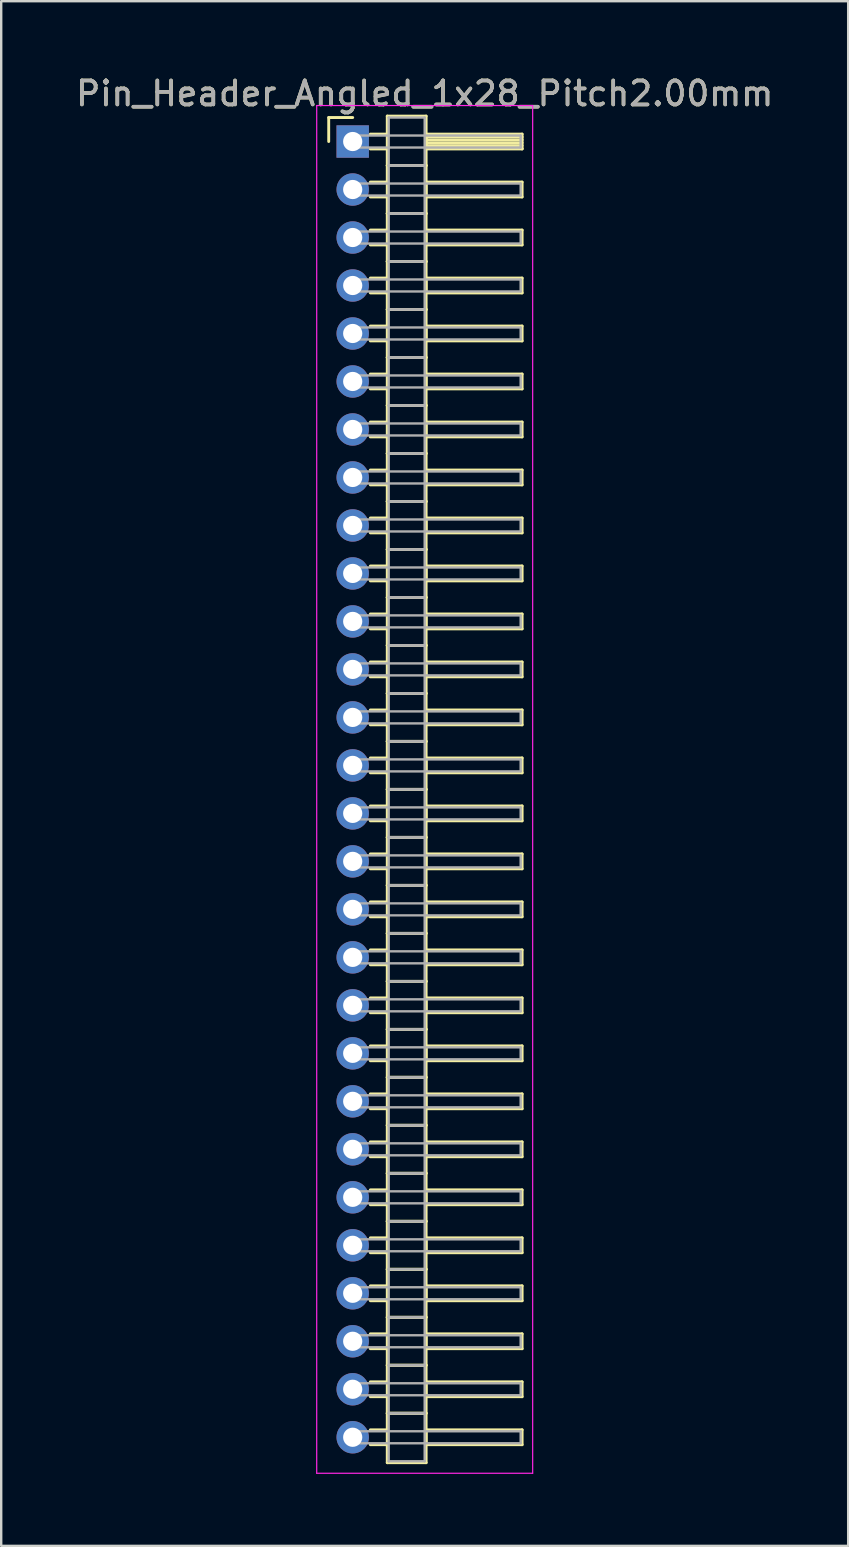
<source format=kicad_pcb>
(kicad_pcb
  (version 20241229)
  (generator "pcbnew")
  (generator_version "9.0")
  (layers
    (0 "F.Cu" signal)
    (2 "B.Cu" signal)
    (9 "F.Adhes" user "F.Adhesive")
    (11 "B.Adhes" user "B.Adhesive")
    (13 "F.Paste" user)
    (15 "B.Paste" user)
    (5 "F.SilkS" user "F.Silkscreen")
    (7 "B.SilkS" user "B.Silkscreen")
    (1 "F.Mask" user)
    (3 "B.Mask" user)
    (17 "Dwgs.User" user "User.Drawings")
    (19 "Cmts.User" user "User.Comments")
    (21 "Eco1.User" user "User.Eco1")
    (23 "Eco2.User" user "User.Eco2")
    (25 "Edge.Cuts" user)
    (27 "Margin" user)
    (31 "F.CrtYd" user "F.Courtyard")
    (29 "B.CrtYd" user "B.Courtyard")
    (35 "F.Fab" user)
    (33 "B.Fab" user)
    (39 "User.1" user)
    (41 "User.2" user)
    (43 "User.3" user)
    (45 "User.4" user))
  (footprint "Pin_Header_Angled_1x28_Pitch2.00mm"
    (layer "F.Cu")
    (at 11.649 2.848)
    (property "Reference" "Pin_Header_Angled_1x28_Pitch2.00mm" (at 3 -2 0) (layer "F.SilkS") (effects (font (size 1 1) (thickness 0.15))))
    (attr through_hole)
    (fp_line (start -1 -1) (end 0 -1) (stroke (width 0.12) (type solid)) (layer "F.SilkS"))
    (fp_line (start -1 0) (end -1 -1) (stroke (width 0.12) (type solid)) (layer "F.SilkS"))
    (fp_line (start 0.735 -0.31) (end 1.44 -0.31) (stroke (width 0.12) (type solid)) (layer "F.SilkS"))
    (fp_line (start 0.735 0.31) (end 1.44 0.31) (stroke (width 0.12) (type solid)) (layer "F.SilkS"))
    (fp_line (start 0.735 1.69) (end 1.44 1.69) (stroke (width 0.12) (type solid)) (layer "F.SilkS"))
    (fp_line (start 0.735 2.31) (end 1.44 2.31) (stroke (width 0.12) (type solid)) (layer "F.SilkS"))
    (fp_line (start 0.735 3.69) (end 1.44 3.69) (stroke (width 0.12) (type solid)) (layer "F.SilkS"))
    (fp_line (start 0.735 4.31) (end 1.44 4.31) (stroke (width 0.12) (type solid)) (layer "F.SilkS"))
    (fp_line (start 0.735 5.69) (end 1.44 5.69) (stroke (width 0.12) (type solid)) (layer "F.SilkS"))
    (fp_line (start 0.735 6.31) (end 1.44 6.31) (stroke (width 0.12) (type solid)) (layer "F.SilkS"))
    (fp_line (start 0.735 7.69) (end 1.44 7.69) (stroke (width 0.12) (type solid)) (layer "F.SilkS"))
    (fp_line (start 0.735 8.31) (end 1.44 8.31) (stroke (width 0.12) (type solid)) (layer "F.SilkS"))
    (fp_line (start 0.735 9.69) (end 1.44 9.69) (stroke (width 0.12) (type solid)) (layer "F.SilkS"))
    (fp_line (start 0.735 10.31) (end 1.44 10.31) (stroke (width 0.12) (type solid)) (layer "F.SilkS"))
    (fp_line (start 0.735 11.69) (end 1.44 11.69) (stroke (width 0.12) (type solid)) (layer "F.SilkS"))
    (fp_line (start 0.735 12.31) (end 1.44 12.31) (stroke (width 0.12) (type solid)) (layer "F.SilkS"))
    (fp_line (start 0.735 13.69) (end 1.44 13.69) (stroke (width 0.12) (type solid)) (layer "F.SilkS"))
    (fp_line (start 0.735 14.31) (end 1.44 14.31) (stroke (width 0.12) (type solid)) (layer "F.SilkS"))
    (fp_line (start 0.735 15.69) (end 1.44 15.69) (stroke (width 0.12) (type solid)) (layer "F.SilkS"))
    (fp_line (start 0.735 16.31) (end 1.44 16.31) (stroke (width 0.12) (type solid)) (layer "F.SilkS"))
    (fp_line (start 0.735 17.69) (end 1.44 17.69) (stroke (width 0.12) (type solid)) (layer "F.SilkS"))
    (fp_line (start 0.735 18.31) (end 1.44 18.31) (stroke (width 0.12) (type solid)) (layer "F.SilkS"))
    (fp_line (start 0.735 19.69) (end 1.44 19.69) (stroke (width 0.12) (type solid)) (layer "F.SilkS"))
    (fp_line (start 0.735 20.31) (end 1.44 20.31) (stroke (width 0.12) (type solid)) (layer "F.SilkS"))
    (fp_line (start 0.735 21.69) (end 1.44 21.69) (stroke (width 0.12) (type solid)) (layer "F.SilkS"))
    (fp_line (start 0.735 22.31) (end 1.44 22.31) (stroke (width 0.12) (type solid)) (layer "F.SilkS"))
    (fp_line (start 0.735 23.69) (end 1.44 23.69) (stroke (width 0.12) (type solid)) (layer "F.SilkS"))
    (fp_line (start 0.735 24.31) (end 1.44 24.31) (stroke (width 0.12) (type solid)) (layer "F.SilkS"))
    (fp_line (start 0.735 25.69) (end 1.44 25.69) (stroke (width 0.12) (type solid)) (layer "F.SilkS"))
    (fp_line (start 0.735 26.31) (end 1.44 26.31) (stroke (width 0.12) (type solid)) (layer "F.SilkS"))
    (fp_line (start 0.735 27.69) (end 1.44 27.69) (stroke (width 0.12) (type solid)) (layer "F.SilkS"))
    (fp_line (start 0.735 28.31) (end 1.44 28.31) (stroke (width 0.12) (type solid)) (layer "F.SilkS"))
    (fp_line (start 0.735 29.69) (end 1.44 29.69) (stroke (width 0.12) (type solid)) (layer "F.SilkS"))
    (fp_line (start 0.735 30.31) (end 1.44 30.31) (stroke (width 0.12) (type solid)) (layer "F.SilkS"))
    (fp_line (start 0.735 31.69) (end 1.44 31.69) (stroke (width 0.12) (type solid)) (layer "F.SilkS"))
    (fp_line (start 0.735 32.31) (end 1.44 32.31) (stroke (width 0.12) (type solid)) (layer "F.SilkS"))
    (fp_line (start 0.735 33.69) (end 1.44 33.69) (stroke (width 0.12) (type solid)) (layer "F.SilkS"))
    (fp_line (start 0.735 34.31) (end 1.44 34.31) (stroke (width 0.12) (type solid)) (layer "F.SilkS"))
    (fp_line (start 0.735 35.69) (end 1.44 35.69) (stroke (width 0.12) (type solid)) (layer "F.SilkS"))
    (fp_line (start 0.735 36.31) (end 1.44 36.31) (stroke (width 0.12) (type solid)) (layer "F.SilkS"))
    (fp_line (start 0.735 37.69) (end 1.44 37.69) (stroke (width 0.12) (type solid)) (layer "F.SilkS"))
    (fp_line (start 0.735 38.31) (end 1.44 38.31) (stroke (width 0.12) (type solid)) (layer "F.SilkS"))
    (fp_line (start 0.735 39.69) (end 1.44 39.69) (stroke (width 0.12) (type solid)) (layer "F.SilkS"))
    (fp_line (start 0.735 40.31) (end 1.44 40.31) (stroke (width 0.12) (type solid)) (layer "F.SilkS"))
    (fp_line (start 0.735 41.69) (end 1.44 41.69) (stroke (width 0.12) (type solid)) (layer "F.SilkS"))
    (fp_line (start 0.735 42.31) (end 1.44 42.31) (stroke (width 0.12) (type solid)) (layer "F.SilkS"))
    (fp_line (start 0.735 43.69) (end 1.44 43.69) (stroke (width 0.12) (type solid)) (layer "F.SilkS"))
    (fp_line (start 0.735 44.31) (end 1.44 44.31) (stroke (width 0.12) (type solid)) (layer "F.SilkS"))
    (fp_line (start 0.735 45.69) (end 1.44 45.69) (stroke (width 0.12) (type solid)) (layer "F.SilkS"))
    (fp_line (start 0.735 46.31) (end 1.44 46.31) (stroke (width 0.12) (type solid)) (layer "F.SilkS"))
    (fp_line (start 0.735 47.69) (end 1.44 47.69) (stroke (width 0.12) (type solid)) (layer "F.SilkS"))
    (fp_line (start 0.735 48.31) (end 1.44 48.31) (stroke (width 0.12) (type solid)) (layer "F.SilkS"))
    (fp_line (start 0.735 49.69) (end 1.44 49.69) (stroke (width 0.12) (type solid)) (layer "F.SilkS"))
    (fp_line (start 0.735 50.31) (end 1.44 50.31) (stroke (width 0.12) (type solid)) (layer "F.SilkS"))
    (fp_line (start 0.735 51.69) (end 1.44 51.69) (stroke (width 0.12) (type solid)) (layer "F.SilkS"))
    (fp_line (start 0.735 52.31) (end 1.44 52.31) (stroke (width 0.12) (type solid)) (layer "F.SilkS"))
    (fp_line (start 0.735 53.69) (end 1.44 53.69) (stroke (width 0.12) (type solid)) (layer "F.SilkS"))
    (fp_line (start 0.735 54.31) (end 1.44 54.31) (stroke (width 0.12) (type solid)) (layer "F.SilkS"))
    (fp_line (start 1.44 -1.06) (end 1.44 1) (stroke (width 0.12) (type solid)) (layer "F.SilkS"))
    (fp_line (start 1.44 1) (end 1.44 3) (stroke (width 0.12) (type solid)) (layer "F.SilkS"))
    (fp_line (start 1.44 1) (end 3.06 1) (stroke (width 0.12) (type solid)) (layer "F.SilkS"))
    (fp_line (start 1.44 3) (end 1.44 5) (stroke (width 0.12) (type solid)) (layer "F.SilkS"))
    (fp_line (start 1.44 3) (end 3.06 3) (stroke (width 0.12) (type solid)) (layer "F.SilkS"))
    (fp_line (start 1.44 5) (end 1.44 7) (stroke (width 0.12) (type solid)) (layer "F.SilkS"))
    (fp_line (start 1.44 5) (end 3.06 5) (stroke (width 0.12) (type solid)) (layer "F.SilkS"))
    (fp_line (start 1.44 7) (end 1.44 9) (stroke (width 0.12) (type solid)) (layer "F.SilkS"))
    (fp_line (start 1.44 7) (end 3.06 7) (stroke (width 0.12) (type solid)) (layer "F.SilkS"))
    (fp_line (start 1.44 9) (end 1.44 11) (stroke (width 0.12) (type solid)) (layer "F.SilkS"))
    (fp_line (start 1.44 9) (end 3.06 9) (stroke (width 0.12) (type solid)) (layer "F.SilkS"))
    (fp_line (start 1.44 11) (end 1.44 13) (stroke (width 0.12) (type solid)) (layer "F.SilkS"))
    (fp_line (start 1.44 11) (end 3.06 11) (stroke (width 0.12) (type solid)) (layer "F.SilkS"))
    (fp_line (start 1.44 13) (end 1.44 15) (stroke (width 0.12) (type solid)) (layer "F.SilkS"))
    (fp_line (start 1.44 13) (end 3.06 13) (stroke (width 0.12) (type solid)) (layer "F.SilkS"))
    (fp_line (start 1.44 15) (end 1.44 17) (stroke (width 0.12) (type solid)) (layer "F.SilkS"))
    (fp_line (start 1.44 15) (end 3.06 15) (stroke (width 0.12) (type solid)) (layer "F.SilkS"))
    (fp_line (start 1.44 17) (end 1.44 19) (stroke (width 0.12) (type solid)) (layer "F.SilkS"))
    (fp_line (start 1.44 17) (end 3.06 17) (stroke (width 0.12) (type solid)) (layer "F.SilkS"))
    (fp_line (start 1.44 19) (end 1.44 21) (stroke (width 0.12) (type solid)) (layer "F.SilkS"))
    (fp_line (start 1.44 19) (end 3.06 19) (stroke (width 0.12) (type solid)) (layer "F.SilkS"))
    (fp_line (start 1.44 21) (end 1.44 23) (stroke (width 0.12) (type solid)) (layer "F.SilkS"))
    (fp_line (start 1.44 21) (end 3.06 21) (stroke (width 0.12) (type solid)) (layer "F.SilkS"))
    (fp_line (start 1.44 23) (end 1.44 25) (stroke (width 0.12) (type solid)) (layer "F.SilkS"))
    (fp_line (start 1.44 23) (end 3.06 23) (stroke (width 0.12) (type solid)) (layer "F.SilkS"))
    (fp_line (start 1.44 25) (end 1.44 27) (stroke (width 0.12) (type solid)) (layer "F.SilkS"))
    (fp_line (start 1.44 25) (end 3.06 25) (stroke (width 0.12) (type solid)) (layer "F.SilkS"))
    (fp_line (start 1.44 27) (end 1.44 29) (stroke (width 0.12) (type solid)) (layer "F.SilkS"))
    (fp_line (start 1.44 27) (end 3.06 27) (stroke (width 0.12) (type solid)) (layer "F.SilkS"))
    (fp_line (start 1.44 29) (end 1.44 31) (stroke (width 0.12) (type solid)) (layer "F.SilkS"))
    (fp_line (start 1.44 29) (end 3.06 29) (stroke (width 0.12) (type solid)) (layer "F.SilkS"))
    (fp_line (start 1.44 31) (end 1.44 33) (stroke (width 0.12) (type solid)) (layer "F.SilkS"))
    (fp_line (start 1.44 31) (end 3.06 31) (stroke (width 0.12) (type solid)) (layer "F.SilkS"))
    (fp_line (start 1.44 33) (end 1.44 35) (stroke (width 0.12) (type solid)) (layer "F.SilkS"))
    (fp_line (start 1.44 33) (end 3.06 33) (stroke (width 0.12) (type solid)) (layer "F.SilkS"))
    (fp_line (start 1.44 35) (end 1.44 37) (stroke (width 0.12) (type solid)) (layer "F.SilkS"))
    (fp_line (start 1.44 35) (end 3.06 35) (stroke (width 0.12) (type solid)) (layer "F.SilkS"))
    (fp_line (start 1.44 37) (end 1.44 39) (stroke (width 0.12) (type solid)) (layer "F.SilkS"))
    (fp_line (start 1.44 37) (end 3.06 37) (stroke (width 0.12) (type solid)) (layer "F.SilkS"))
    (fp_line (start 1.44 39) (end 1.44 41) (stroke (width 0.12) (type solid)) (layer "F.SilkS"))
    (fp_line (start 1.44 39) (end 3.06 39) (stroke (width 0.12) (type solid)) (layer "F.SilkS"))
    (fp_line (start 1.44 41) (end 1.44 43) (stroke (width 0.12) (type solid)) (layer "F.SilkS"))
    (fp_line (start 1.44 41) (end 3.06 41) (stroke (width 0.12) (type solid)) (layer "F.SilkS"))
    (fp_line (start 1.44 43) (end 1.44 45) (stroke (width 0.12) (type solid)) (layer "F.SilkS"))
    (fp_line (start 1.44 43) (end 3.06 43) (stroke (width 0.12) (type solid)) (layer "F.SilkS"))
    (fp_line (start 1.44 45) (end 1.44 47) (stroke (width 0.12) (type solid)) (layer "F.SilkS"))
    (fp_line (start 1.44 45) (end 3.06 45) (stroke (width 0.12) (type solid)) (layer "F.SilkS"))
    (fp_line (start 1.44 47) (end 1.44 49) (stroke (width 0.12) (type solid)) (layer "F.SilkS"))
    (fp_line (start 1.44 47) (end 3.06 47) (stroke (width 0.12) (type solid)) (layer "F.SilkS"))
    (fp_line (start 1.44 49) (end 1.44 51) (stroke (width 0.12) (type solid)) (layer "F.SilkS"))
    (fp_line (start 1.44 49) (end 3.06 49) (stroke (width 0.12) (type solid)) (layer "F.SilkS"))
    (fp_line (start 1.44 51) (end 1.44 53) (stroke (width 0.12) (type solid)) (layer "F.SilkS"))
    (fp_line (start 1.44 51) (end 3.06 51) (stroke (width 0.12) (type solid)) (layer "F.SilkS"))
    (fp_line (start 1.44 53) (end 1.44 55.06) (stroke (width 0.12) (type solid)) (layer "F.SilkS"))
    (fp_line (start 1.44 53) (end 3.06 53) (stroke (width 0.12) (type solid)) (layer "F.SilkS"))
    (fp_line (start 1.44 55.06) (end 3.06 55.06) (stroke (width 0.12) (type solid)) (layer "F.SilkS"))
    (fp_line (start 3.06 -1.06) (end 1.44 -1.06) (stroke (width 0.12) (type solid)) (layer "F.SilkS"))
    (fp_line (start 3.06 -0.31) (end 3.06 0.31) (stroke (width 0.12) (type solid)) (layer "F.SilkS"))
    (fp_line (start 3.06 -0.19) (end 7.06 -0.19) (stroke (width 0.12) (type solid)) (layer "F.SilkS"))
    (fp_line (start 3.06 -0.07) (end 7.06 -0.07) (stroke (width 0.12) (type solid)) (layer "F.SilkS"))
    (fp_line (start 3.06 0.05) (end 7.06 0.05) (stroke (width 0.12) (type solid)) (layer "F.SilkS"))
    (fp_line (start 3.06 0.17) (end 7.06 0.17) (stroke (width 0.12) (type solid)) (layer "F.SilkS"))
    (fp_line (start 3.06 0.29) (end 7.06 0.29) (stroke (width 0.12) (type solid)) (layer "F.SilkS"))
    (fp_line (start 3.06 0.31) (end 7.06 0.31) (stroke (width 0.12) (type solid)) (layer "F.SilkS"))
    (fp_line (start 3.06 1) (end 1.44 1) (stroke (width 0.12) (type solid)) (layer "F.SilkS"))
    (fp_line (start 3.06 1) (end 3.06 -1.06) (stroke (width 0.12) (type solid)) (layer "F.SilkS"))
    (fp_line (start 3.06 1.69) (end 3.06 2.31) (stroke (width 0.12) (type solid)) (layer "F.SilkS"))
    (fp_line (start 3.06 2.31) (end 7.06 2.31) (stroke (width 0.12) (type solid)) (layer "F.SilkS"))
    (fp_line (start 3.06 3) (end 1.44 3) (stroke (width 0.12) (type solid)) (layer "F.SilkS"))
    (fp_line (start 3.06 3) (end 3.06 1) (stroke (width 0.12) (type solid)) (layer "F.SilkS"))
    (fp_line (start 3.06 3.69) (end 3.06 4.31) (stroke (width 0.12) (type solid)) (layer "F.SilkS"))
    (fp_line (start 3.06 4.31) (end 7.06 4.31) (stroke (width 0.12) (type solid)) (layer "F.SilkS"))
    (fp_line (start 3.06 5) (end 1.44 5) (stroke (width 0.12) (type solid)) (layer "F.SilkS"))
    (fp_line (start 3.06 5) (end 3.06 3) (stroke (width 0.12) (type solid)) (layer "F.SilkS"))
    (fp_line (start 3.06 5.69) (end 3.06 6.31) (stroke (width 0.12) (type solid)) (layer "F.SilkS"))
    (fp_line (start 3.06 6.31) (end 7.06 6.31) (stroke (width 0.12) (type solid)) (layer "F.SilkS"))
    (fp_line (start 3.06 7) (end 1.44 7) (stroke (width 0.12) (type solid)) (layer "F.SilkS"))
    (fp_line (start 3.06 7) (end 3.06 5) (stroke (width 0.12) (type solid)) (layer "F.SilkS"))
    (fp_line (start 3.06 7.69) (end 3.06 8.31) (stroke (width 0.12) (type solid)) (layer "F.SilkS"))
    (fp_line (start 3.06 8.31) (end 7.06 8.31) (stroke (width 0.12) (type solid)) (layer "F.SilkS"))
    (fp_line (start 3.06 9) (end 1.44 9) (stroke (width 0.12) (type solid)) (layer "F.SilkS"))
    (fp_line (start 3.06 9) (end 3.06 7) (stroke (width 0.12) (type solid)) (layer "F.SilkS"))
    (fp_line (start 3.06 9.69) (end 3.06 10.31) (stroke (width 0.12) (type solid)) (layer "F.SilkS"))
    (fp_line (start 3.06 10.31) (end 7.06 10.31) (stroke (width 0.12) (type solid)) (layer "F.SilkS"))
    (fp_line (start 3.06 11) (end 1.44 11) (stroke (width 0.12) (type solid)) (layer "F.SilkS"))
    (fp_line (start 3.06 11) (end 3.06 9) (stroke (width 0.12) (type solid)) (layer "F.SilkS"))
    (fp_line (start 3.06 11.69) (end 3.06 12.31) (stroke (width 0.12) (type solid)) (layer "F.SilkS"))
    (fp_line (start 3.06 12.31) (end 7.06 12.31) (stroke (width 0.12) (type solid)) (layer "F.SilkS"))
    (fp_line (start 3.06 13) (end 1.44 13) (stroke (width 0.12) (type solid)) (layer "F.SilkS"))
    (fp_line (start 3.06 13) (end 3.06 11) (stroke (width 0.12) (type solid)) (layer "F.SilkS"))
    (fp_line (start 3.06 13.69) (end 3.06 14.31) (stroke (width 0.12) (type solid)) (layer "F.SilkS"))
    (fp_line (start 3.06 14.31) (end 7.06 14.31) (stroke (width 0.12) (type solid)) (layer "F.SilkS"))
    (fp_line (start 3.06 15) (end 1.44 15) (stroke (width 0.12) (type solid)) (layer "F.SilkS"))
    (fp_line (start 3.06 15) (end 3.06 13) (stroke (width 0.12) (type solid)) (layer "F.SilkS"))
    (fp_line (start 3.06 15.69) (end 3.06 16.31) (stroke (width 0.12) (type solid)) (layer "F.SilkS"))
    (fp_line (start 3.06 16.31) (end 7.06 16.31) (stroke (width 0.12) (type solid)) (layer "F.SilkS"))
    (fp_line (start 3.06 17) (end 1.44 17) (stroke (width 0.12) (type solid)) (layer "F.SilkS"))
    (fp_line (start 3.06 17) (end 3.06 15) (stroke (width 0.12) (type solid)) (layer "F.SilkS"))
    (fp_line (start 3.06 17.69) (end 3.06 18.31) (stroke (width 0.12) (type solid)) (layer "F.SilkS"))
    (fp_line (start 3.06 18.31) (end 7.06 18.31) (stroke (width 0.12) (type solid)) (layer "F.SilkS"))
    (fp_line (start 3.06 19) (end 1.44 19) (stroke (width 0.12) (type solid)) (layer "F.SilkS"))
    (fp_line (start 3.06 19) (end 3.06 17) (stroke (width 0.12) (type solid)) (layer "F.SilkS"))
    (fp_line (start 3.06 19.69) (end 3.06 20.31) (stroke (width 0.12) (type solid)) (layer "F.SilkS"))
    (fp_line (start 3.06 20.31) (end 7.06 20.31) (stroke (width 0.12) (type solid)) (layer "F.SilkS"))
    (fp_line (start 3.06 21) (end 1.44 21) (stroke (width 0.12) (type solid)) (layer "F.SilkS"))
    (fp_line (start 3.06 21) (end 3.06 19) (stroke (width 0.12) (type solid)) (layer "F.SilkS"))
    (fp_line (start 3.06 21.69) (end 3.06 22.31) (stroke (width 0.12) (type solid)) (layer "F.SilkS"))
    (fp_line (start 3.06 22.31) (end 7.06 22.31) (stroke (width 0.12) (type solid)) (layer "F.SilkS"))
    (fp_line (start 3.06 23) (end 1.44 23) (stroke (width 0.12) (type solid)) (layer "F.SilkS"))
    (fp_line (start 3.06 23) (end 3.06 21) (stroke (width 0.12) (type solid)) (layer "F.SilkS"))
    (fp_line (start 3.06 23.69) (end 3.06 24.31) (stroke (width 0.12) (type solid)) (layer "F.SilkS"))
    (fp_line (start 3.06 24.31) (end 7.06 24.31) (stroke (width 0.12) (type solid)) (layer "F.SilkS"))
    (fp_line (start 3.06 25) (end 1.44 25) (stroke (width 0.12) (type solid)) (layer "F.SilkS"))
    (fp_line (start 3.06 25) (end 3.06 23) (stroke (width 0.12) (type solid)) (layer "F.SilkS"))
    (fp_line (start 3.06 25.69) (end 3.06 26.31) (stroke (width 0.12) (type solid)) (layer "F.SilkS"))
    (fp_line (start 3.06 26.31) (end 7.06 26.31) (stroke (width 0.12) (type solid)) (layer "F.SilkS"))
    (fp_line (start 3.06 27) (end 1.44 27) (stroke (width 0.12) (type solid)) (layer "F.SilkS"))
    (fp_line (start 3.06 27) (end 3.06 25) (stroke (width 0.12) (type solid)) (layer "F.SilkS"))
    (fp_line (start 3.06 27.69) (end 3.06 28.31) (stroke (width 0.12) (type solid)) (layer "F.SilkS"))
    (fp_line (start 3.06 28.31) (end 7.06 28.31) (stroke (width 0.12) (type solid)) (layer "F.SilkS"))
    (fp_line (start 3.06 29) (end 1.44 29) (stroke (width 0.12) (type solid)) (layer "F.SilkS"))
    (fp_line (start 3.06 29) (end 3.06 27) (stroke (width 0.12) (type solid)) (layer "F.SilkS"))
    (fp_line (start 3.06 29.69) (end 3.06 30.31) (stroke (width 0.12) (type solid)) (layer "F.SilkS"))
    (fp_line (start 3.06 30.31) (end 7.06 30.31) (stroke (width 0.12) (type solid)) (layer "F.SilkS"))
    (fp_line (start 3.06 31) (end 1.44 31) (stroke (width 0.12) (type solid)) (layer "F.SilkS"))
    (fp_line (start 3.06 31) (end 3.06 29) (stroke (width 0.12) (type solid)) (layer "F.SilkS"))
    (fp_line (start 3.06 31.69) (end 3.06 32.31) (stroke (width 0.12) (type solid)) (layer "F.SilkS"))
    (fp_line (start 3.06 32.31) (end 7.06 32.31) (stroke (width 0.12) (type solid)) (layer "F.SilkS"))
    (fp_line (start 3.06 33) (end 1.44 33) (stroke (width 0.12) (type solid)) (layer "F.SilkS"))
    (fp_line (start 3.06 33) (end 3.06 31) (stroke (width 0.12) (type solid)) (layer "F.SilkS"))
    (fp_line (start 3.06 33.69) (end 3.06 34.31) (stroke (width 0.12) (type solid)) (layer "F.SilkS"))
    (fp_line (start 3.06 34.31) (end 7.06 34.31) (stroke (width 0.12) (type solid)) (layer "F.SilkS"))
    (fp_line (start 3.06 35) (end 1.44 35) (stroke (width 0.12) (type solid)) (layer "F.SilkS"))
    (fp_line (start 3.06 35) (end 3.06 33) (stroke (width 0.12) (type solid)) (layer "F.SilkS"))
    (fp_line (start 3.06 35.69) (end 3.06 36.31) (stroke (width 0.12) (type solid)) (layer "F.SilkS"))
    (fp_line (start 3.06 36.31) (end 7.06 36.31) (stroke (width 0.12) (type solid)) (layer "F.SilkS"))
    (fp_line (start 3.06 37) (end 1.44 37) (stroke (width 0.12) (type solid)) (layer "F.SilkS"))
    (fp_line (start 3.06 37) (end 3.06 35) (stroke (width 0.12) (type solid)) (layer "F.SilkS"))
    (fp_line (start 3.06 37.69) (end 3.06 38.31) (stroke (width 0.12) (type solid)) (layer "F.SilkS"))
    (fp_line (start 3.06 38.31) (end 7.06 38.31) (stroke (width 0.12) (type solid)) (layer "F.SilkS"))
    (fp_line (start 3.06 39) (end 1.44 39) (stroke (width 0.12) (type solid)) (layer "F.SilkS"))
    (fp_line (start 3.06 39) (end 3.06 37) (stroke (width 0.12) (type solid)) (layer "F.SilkS"))
    (fp_line (start 3.06 39.69) (end 3.06 40.31) (stroke (width 0.12) (type solid)) (layer "F.SilkS"))
    (fp_line (start 3.06 40.31) (end 7.06 40.31) (stroke (width 0.12) (type solid)) (layer "F.SilkS"))
    (fp_line (start 3.06 41) (end 1.44 41) (stroke (width 0.12) (type solid)) (layer "F.SilkS"))
    (fp_line (start 3.06 41) (end 3.06 39) (stroke (width 0.12) (type solid)) (layer "F.SilkS"))
    (fp_line (start 3.06 41.69) (end 3.06 42.31) (stroke (width 0.12) (type solid)) (layer "F.SilkS"))
    (fp_line (start 3.06 42.31) (end 7.06 42.31) (stroke (width 0.12) (type solid)) (layer "F.SilkS"))
    (fp_line (start 3.06 43) (end 1.44 43) (stroke (width 0.12) (type solid)) (layer "F.SilkS"))
    (fp_line (start 3.06 43) (end 3.06 41) (stroke (width 0.12) (type solid)) (layer "F.SilkS"))
    (fp_line (start 3.06 43.69) (end 3.06 44.31) (stroke (width 0.12) (type solid)) (layer "F.SilkS"))
    (fp_line (start 3.06 44.31) (end 7.06 44.31) (stroke (width 0.12) (type solid)) (layer "F.SilkS"))
    (fp_line (start 3.06 45) (end 1.44 45) (stroke (width 0.12) (type solid)) (layer "F.SilkS"))
    (fp_line (start 3.06 45) (end 3.06 43) (stroke (width 0.12) (type solid)) (layer "F.SilkS"))
    (fp_line (start 3.06 45.69) (end 3.06 46.31) (stroke (width 0.12) (type solid)) (layer "F.SilkS"))
    (fp_line (start 3.06 46.31) (end 7.06 46.31) (stroke (width 0.12) (type solid)) (layer "F.SilkS"))
    (fp_line (start 3.06 47) (end 1.44 47) (stroke (width 0.12) (type solid)) (layer "F.SilkS"))
    (fp_line (start 3.06 47) (end 3.06 45) (stroke (width 0.12) (type solid)) (layer "F.SilkS"))
    (fp_line (start 3.06 47.69) (end 3.06 48.31) (stroke (width 0.12) (type solid)) (layer "F.SilkS"))
    (fp_line (start 3.06 48.31) (end 7.06 48.31) (stroke (width 0.12) (type solid)) (layer "F.SilkS"))
    (fp_line (start 3.06 49) (end 1.44 49) (stroke (width 0.12) (type solid)) (layer "F.SilkS"))
    (fp_line (start 3.06 49) (end 3.06 47) (stroke (width 0.12) (type solid)) (layer "F.SilkS"))
    (fp_line (start 3.06 49.69) (end 3.06 50.31) (stroke (width 0.12) (type solid)) (layer "F.SilkS"))
    (fp_line (start 3.06 50.31) (end 7.06 50.31) (stroke (width 0.12) (type solid)) (layer "F.SilkS"))
    (fp_line (start 3.06 51) (end 1.44 51) (stroke (width 0.12) (type solid)) (layer "F.SilkS"))
    (fp_line (start 3.06 51) (end 3.06 49) (stroke (width 0.12) (type solid)) (layer "F.SilkS"))
    (fp_line (start 3.06 51.69) (end 3.06 52.31) (stroke (width 0.12) (type solid)) (layer "F.SilkS"))
    (fp_line (start 3.06 52.31) (end 7.06 52.31) (stroke (width 0.12) (type solid)) (layer "F.SilkS"))
    (fp_line (start 3.06 53) (end 1.44 53) (stroke (width 0.12) (type solid)) (layer "F.SilkS"))
    (fp_line (start 3.06 53) (end 3.06 51) (stroke (width 0.12) (type solid)) (layer "F.SilkS"))
    (fp_line (start 3.06 53.69) (end 3.06 54.31) (stroke (width 0.12) (type solid)) (layer "F.SilkS"))
    (fp_line (start 3.06 54.31) (end 7.06 54.31) (stroke (width 0.12) (type solid)) (layer "F.SilkS"))
    (fp_line (start 3.06 55.06) (end 3.06 53) (stroke (width 0.12) (type solid)) (layer "F.SilkS"))
    (fp_line (start 7.06 -0.31) (end 3.06 -0.31) (stroke (width 0.12) (type solid)) (layer "F.SilkS"))
    (fp_line (start 7.06 0.31) (end 7.06 -0.31) (stroke (width 0.12) (type solid)) (layer "F.SilkS"))
    (fp_line (start 7.06 1.69) (end 3.06 1.69) (stroke (width 0.12) (type solid)) (layer "F.SilkS"))
    (fp_line (start 7.06 2.31) (end 7.06 1.69) (stroke (width 0.12) (type solid)) (layer "F.SilkS"))
    (fp_line (start 7.06 3.69) (end 3.06 3.69) (stroke (width 0.12) (type solid)) (layer "F.SilkS"))
    (fp_line (start 7.06 4.31) (end 7.06 3.69) (stroke (width 0.12) (type solid)) (layer "F.SilkS"))
    (fp_line (start 7.06 5.69) (end 3.06 5.69) (stroke (width 0.12) (type solid)) (layer "F.SilkS"))
    (fp_line (start 7.06 6.31) (end 7.06 5.69) (stroke (width 0.12) (type solid)) (layer "F.SilkS"))
    (fp_line (start 7.06 7.69) (end 3.06 7.69) (stroke (width 0.12) (type solid)) (layer "F.SilkS"))
    (fp_line (start 7.06 8.31) (end 7.06 7.69) (stroke (width 0.12) (type solid)) (layer "F.SilkS"))
    (fp_line (start 7.06 9.69) (end 3.06 9.69) (stroke (width 0.12) (type solid)) (layer "F.SilkS"))
    (fp_line (start 7.06 10.31) (end 7.06 9.69) (stroke (width 0.12) (type solid)) (layer "F.SilkS"))
    (fp_line (start 7.06 11.69) (end 3.06 11.69) (stroke (width 0.12) (type solid)) (layer "F.SilkS"))
    (fp_line (start 7.06 12.31) (end 7.06 11.69) (stroke (width 0.12) (type solid)) (layer "F.SilkS"))
    (fp_line (start 7.06 13.69) (end 3.06 13.69) (stroke (width 0.12) (type solid)) (layer "F.SilkS"))
    (fp_line (start 7.06 14.31) (end 7.06 13.69) (stroke (width 0.12) (type solid)) (layer "F.SilkS"))
    (fp_line (start 7.06 15.69) (end 3.06 15.69) (stroke (width 0.12) (type solid)) (layer "F.SilkS"))
    (fp_line (start 7.06 16.31) (end 7.06 15.69) (stroke (width 0.12) (type solid)) (layer "F.SilkS"))
    (fp_line (start 7.06 17.69) (end 3.06 17.69) (stroke (width 0.12) (type solid)) (layer "F.SilkS"))
    (fp_line (start 7.06 18.31) (end 7.06 17.69) (stroke (width 0.12) (type solid)) (layer "F.SilkS"))
    (fp_line (start 7.06 19.69) (end 3.06 19.69) (stroke (width 0.12) (type solid)) (layer "F.SilkS"))
    (fp_line (start 7.06 20.31) (end 7.06 19.69) (stroke (width 0.12) (type solid)) (layer "F.SilkS"))
    (fp_line (start 7.06 21.69) (end 3.06 21.69) (stroke (width 0.12) (type solid)) (layer "F.SilkS"))
    (fp_line (start 7.06 22.31) (end 7.06 21.69) (stroke (width 0.12) (type solid)) (layer "F.SilkS"))
    (fp_line (start 7.06 23.69) (end 3.06 23.69) (stroke (width 0.12) (type solid)) (layer "F.SilkS"))
    (fp_line (start 7.06 24.31) (end 7.06 23.69) (stroke (width 0.12) (type solid)) (layer "F.SilkS"))
    (fp_line (start 7.06 25.69) (end 3.06 25.69) (stroke (width 0.12) (type solid)) (layer "F.SilkS"))
    (fp_line (start 7.06 26.31) (end 7.06 25.69) (stroke (width 0.12) (type solid)) (layer "F.SilkS"))
    (fp_line (start 7.06 27.69) (end 3.06 27.69) (stroke (width 0.12) (type solid)) (layer "F.SilkS"))
    (fp_line (start 7.06 28.31) (end 7.06 27.69) (stroke (width 0.12) (type solid)) (layer "F.SilkS"))
    (fp_line (start 7.06 29.69) (end 3.06 29.69) (stroke (width 0.12) (type solid)) (layer "F.SilkS"))
    (fp_line (start 7.06 30.31) (end 7.06 29.69) (stroke (width 0.12) (type solid)) (layer "F.SilkS"))
    (fp_line (start 7.06 31.69) (end 3.06 31.69) (stroke (width 0.12) (type solid)) (layer "F.SilkS"))
    (fp_line (start 7.06 32.31) (end 7.06 31.69) (stroke (width 0.12) (type solid)) (layer "F.SilkS"))
    (fp_line (start 7.06 33.69) (end 3.06 33.69) (stroke (width 0.12) (type solid)) (layer "F.SilkS"))
    (fp_line (start 7.06 34.31) (end 7.06 33.69) (stroke (width 0.12) (type solid)) (layer "F.SilkS"))
    (fp_line (start 7.06 35.69) (end 3.06 35.69) (stroke (width 0.12) (type solid)) (layer "F.SilkS"))
    (fp_line (start 7.06 36.31) (end 7.06 35.69) (stroke (width 0.12) (type solid)) (layer "F.SilkS"))
    (fp_line (start 7.06 37.69) (end 3.06 37.69) (stroke (width 0.12) (type solid)) (layer "F.SilkS"))
    (fp_line (start 7.06 38.31) (end 7.06 37.69) (stroke (width 0.12) (type solid)) (layer "F.SilkS"))
    (fp_line (start 7.06 39.69) (end 3.06 39.69) (stroke (width 0.12) (type solid)) (layer "F.SilkS"))
    (fp_line (start 7.06 40.31) (end 7.06 39.69) (stroke (width 0.12) (type solid)) (layer "F.SilkS"))
    (fp_line (start 7.06 41.69) (end 3.06 41.69) (stroke (width 0.12) (type solid)) (layer "F.SilkS"))
    (fp_line (start 7.06 42.31) (end 7.06 41.69) (stroke (width 0.12) (type solid)) (layer "F.SilkS"))
    (fp_line (start 7.06 43.69) (end 3.06 43.69) (stroke (width 0.12) (type solid)) (layer "F.SilkS"))
    (fp_line (start 7.06 44.31) (end 7.06 43.69) (stroke (width 0.12) (type solid)) (layer "F.SilkS"))
    (fp_line (start 7.06 45.69) (end 3.06 45.69) (stroke (width 0.12) (type solid)) (layer "F.SilkS"))
    (fp_line (start 7.06 46.31) (end 7.06 45.69) (stroke (width 0.12) (type solid)) (layer "F.SilkS"))
    (fp_line (start 7.06 47.69) (end 3.06 47.69) (stroke (width 0.12) (type solid)) (layer "F.SilkS"))
    (fp_line (start 7.06 48.31) (end 7.06 47.69) (stroke (width 0.12) (type solid)) (layer "F.SilkS"))
    (fp_line (start 7.06 49.69) (end 3.06 49.69) (stroke (width 0.12) (type solid)) (layer "F.SilkS"))
    (fp_line (start 7.06 50.31) (end 7.06 49.69) (stroke (width 0.12) (type solid)) (layer "F.SilkS"))
    (fp_line (start 7.06 51.69) (end 3.06 51.69) (stroke (width 0.12) (type solid)) (layer "F.SilkS"))
    (fp_line (start 7.06 52.31) (end 7.06 51.69) (stroke (width 0.12) (type solid)) (layer "F.SilkS"))
    (fp_line (start 7.06 53.69) (end 3.06 53.69) (stroke (width 0.12) (type solid)) (layer "F.SilkS"))
    (fp_line (start 7.06 54.31) (end 7.06 53.69) (stroke (width 0.12) (type solid)) (layer "F.SilkS"))
    (fp_line (start -1.5 -1.5) (end -1.5 55.5) (stroke (width 0.05) (type solid)) (layer "F.CrtYd"))
    (fp_line (start -1.5 55.5) (end 7.5 55.5) (stroke (width 0.05) (type solid)) (layer "F.CrtYd"))
    (fp_line (start 7.5 -1.5) (end -1.5 -1.5) (stroke (width 0.05) (type solid)) (layer "F.CrtYd"))
    (fp_line (start 7.5 55.5) (end 7.5 -1.5) (stroke (width 0.05) (type solid)) (layer "F.CrtYd"))
    (fp_line (start 0 -0.25) (end 0 0.25) (stroke (width 0.1) (type solid)) (layer "F.Fab"))
    (fp_line (start 0 0.25) (end 7 0.25) (stroke (width 0.1) (type solid)) (layer "F.Fab"))
    (fp_line (start 0 1.75) (end 0 2.25) (stroke (width 0.1) (type solid)) (layer "F.Fab"))
    (fp_line (start 0 2.25) (end 7 2.25) (stroke (width 0.1) (type solid)) (layer "F.Fab"))
    (fp_line (start 0 3.75) (end 0 4.25) (stroke (width 0.1) (type solid)) (layer "F.Fab"))
    (fp_line (start 0 4.25) (end 7 4.25) (stroke (width 0.1) (type solid)) (layer "F.Fab"))
    (fp_line (start 0 5.75) (end 0 6.25) (stroke (width 0.1) (type solid)) (layer "F.Fab"))
    (fp_line (start 0 6.25) (end 7 6.25) (stroke (width 0.1) (type solid)) (layer "F.Fab"))
    (fp_line (start 0 7.75) (end 0 8.25) (stroke (width 0.1) (type solid)) (layer "F.Fab"))
    (fp_line (start 0 8.25) (end 7 8.25) (stroke (width 0.1) (type solid)) (layer "F.Fab"))
    (fp_line (start 0 9.75) (end 0 10.25) (stroke (width 0.1) (type solid)) (layer "F.Fab"))
    (fp_line (start 0 10.25) (end 7 10.25) (stroke (width 0.1) (type solid)) (layer "F.Fab"))
    (fp_line (start 0 11.75) (end 0 12.25) (stroke (width 0.1) (type solid)) (layer "F.Fab"))
    (fp_line (start 0 12.25) (end 7 12.25) (stroke (width 0.1) (type solid)) (layer "F.Fab"))
    (fp_line (start 0 13.75) (end 0 14.25) (stroke (width 0.1) (type solid)) (layer "F.Fab"))
    (fp_line (start 0 14.25) (end 7 14.25) (stroke (width 0.1) (type solid)) (layer "F.Fab"))
    (fp_line (start 0 15.75) (end 0 16.25) (stroke (width 0.1) (type solid)) (layer "F.Fab"))
    (fp_line (start 0 16.25) (end 7 16.25) (stroke (width 0.1) (type solid)) (layer "F.Fab"))
    (fp_line (start 0 17.75) (end 0 18.25) (stroke (width 0.1) (type solid)) (layer "F.Fab"))
    (fp_line (start 0 18.25) (end 7 18.25) (stroke (width 0.1) (type solid)) (layer "F.Fab"))
    (fp_line (start 0 19.75) (end 0 20.25) (stroke (width 0.1) (type solid)) (layer "F.Fab"))
    (fp_line (start 0 20.25) (end 7 20.25) (stroke (width 0.1) (type solid)) (layer "F.Fab"))
    (fp_line (start 0 21.75) (end 0 22.25) (stroke (width 0.1) (type solid)) (layer "F.Fab"))
    (fp_line (start 0 22.25) (end 7 22.25) (stroke (width 0.1) (type solid)) (layer "F.Fab"))
    (fp_line (start 0 23.75) (end 0 24.25) (stroke (width 0.1) (type solid)) (layer "F.Fab"))
    (fp_line (start 0 24.25) (end 7 24.25) (stroke (width 0.1) (type solid)) (layer "F.Fab"))
    (fp_line (start 0 25.75) (end 0 26.25) (stroke (width 0.1) (type solid)) (layer "F.Fab"))
    (fp_line (start 0 26.25) (end 7 26.25) (stroke (width 0.1) (type solid)) (layer "F.Fab"))
    (fp_line (start 0 27.75) (end 0 28.25) (stroke (width 0.1) (type solid)) (layer "F.Fab"))
    (fp_line (start 0 28.25) (end 7 28.25) (stroke (width 0.1) (type solid)) (layer "F.Fab"))
    (fp_line (start 0 29.75) (end 0 30.25) (stroke (width 0.1) (type solid)) (layer "F.Fab"))
    (fp_line (start 0 30.25) (end 7 30.25) (stroke (width 0.1) (type solid)) (layer "F.Fab"))
    (fp_line (start 0 31.75) (end 0 32.25) (stroke (width 0.1) (type solid)) (layer "F.Fab"))
    (fp_line (start 0 32.25) (end 7 32.25) (stroke (width 0.1) (type solid)) (layer "F.Fab"))
    (fp_line (start 0 33.75) (end 0 34.25) (stroke (width 0.1) (type solid)) (layer "F.Fab"))
    (fp_line (start 0 34.25) (end 7 34.25) (stroke (width 0.1) (type solid)) (layer "F.Fab"))
    (fp_line (start 0 35.75) (end 0 36.25) (stroke (width 0.1) (type solid)) (layer "F.Fab"))
    (fp_line (start 0 36.25) (end 7 36.25) (stroke (width 0.1) (type solid)) (layer "F.Fab"))
    (fp_line (start 0 37.75) (end 0 38.25) (stroke (width 0.1) (type solid)) (layer "F.Fab"))
    (fp_line (start 0 38.25) (end 7 38.25) (stroke (width 0.1) (type solid)) (layer "F.Fab"))
    (fp_line (start 0 39.75) (end 0 40.25) (stroke (width 0.1) (type solid)) (layer "F.Fab"))
    (fp_line (start 0 40.25) (end 7 40.25) (stroke (width 0.1) (type solid)) (layer "F.Fab"))
    (fp_line (start 0 41.75) (end 0 42.25) (stroke (width 0.1) (type solid)) (layer "F.Fab"))
    (fp_line (start 0 42.25) (end 7 42.25) (stroke (width 0.1) (type solid)) (layer "F.Fab"))
    (fp_line (start 0 43.75) (end 0 44.25) (stroke (width 0.1) (type solid)) (layer "F.Fab"))
    (fp_line (start 0 44.25) (end 7 44.25) (stroke (width 0.1) (type solid)) (layer "F.Fab"))
    (fp_line (start 0 45.75) (end 0 46.25) (stroke (width 0.1) (type solid)) (layer "F.Fab"))
    (fp_line (start 0 46.25) (end 7 46.25) (stroke (width 0.1) (type solid)) (layer "F.Fab"))
    (fp_line (start 0 47.75) (end 0 48.25) (stroke (width 0.1) (type solid)) (layer "F.Fab"))
    (fp_line (start 0 48.25) (end 7 48.25) (stroke (width 0.1) (type solid)) (layer "F.Fab"))
    (fp_line (start 0 49.75) (end 0 50.25) (stroke (width 0.1) (type solid)) (layer "F.Fab"))
    (fp_line (start 0 50.25) (end 7 50.25) (stroke (width 0.1) (type solid)) (layer "F.Fab"))
    (fp_line (start 0 51.75) (end 0 52.25) (stroke (width 0.1) (type solid)) (layer "F.Fab"))
    (fp_line (start 0 52.25) (end 7 52.25) (stroke (width 0.1) (type solid)) (layer "F.Fab"))
    (fp_line (start 0 53.75) (end 0 54.25) (stroke (width 0.1) (type solid)) (layer "F.Fab"))
    (fp_line (start 0 54.25) (end 7 54.25) (stroke (width 0.1) (type solid)) (layer "F.Fab"))
    (fp_line (start 1.5 -1) (end 1.5 1) (stroke (width 0.1) (type solid)) (layer "F.Fab"))
    (fp_line (start 1.5 1) (end 1.5 3) (stroke (width 0.1) (type solid)) (layer "F.Fab"))
    (fp_line (start 1.5 1) (end 3 1) (stroke (width 0.1) (type solid)) (layer "F.Fab"))
    (fp_line (start 1.5 3) (end 1.5 5) (stroke (width 0.1) (type solid)) (layer "F.Fab"))
    (fp_line (start 1.5 3) (end 3 3) (stroke (width 0.1) (type solid)) (layer "F.Fab"))
    (fp_line (start 1.5 5) (end 1.5 7) (stroke (width 0.1) (type solid)) (layer "F.Fab"))
    (fp_line (start 1.5 5) (end 3 5) (stroke (width 0.1) (type solid)) (layer "F.Fab"))
    (fp_line (start 1.5 7) (end 1.5 9) (stroke (width 0.1) (type solid)) (layer "F.Fab"))
    (fp_line (start 1.5 7) (end 3 7) (stroke (width 0.1) (type solid)) (layer "F.Fab"))
    (fp_line (start 1.5 9) (end 1.5 11) (stroke (width 0.1) (type solid)) (layer "F.Fab"))
    (fp_line (start 1.5 9) (end 3 9) (stroke (width 0.1) (type solid)) (layer "F.Fab"))
    (fp_line (start 1.5 11) (end 1.5 13) (stroke (width 0.1) (type solid)) (layer "F.Fab"))
    (fp_line (start 1.5 11) (end 3 11) (stroke (width 0.1) (type solid)) (layer "F.Fab"))
    (fp_line (start 1.5 13) (end 1.5 15) (stroke (width 0.1) (type solid)) (layer "F.Fab"))
    (fp_line (start 1.5 13) (end 3 13) (stroke (width 0.1) (type solid)) (layer "F.Fab"))
    (fp_line (start 1.5 15) (end 1.5 17) (stroke (width 0.1) (type solid)) (layer "F.Fab"))
    (fp_line (start 1.5 15) (end 3 15) (stroke (width 0.1) (type solid)) (layer "F.Fab"))
    (fp_line (start 1.5 17) (end 1.5 19) (stroke (width 0.1) (type solid)) (layer "F.Fab"))
    (fp_line (start 1.5 17) (end 3 17) (stroke (width 0.1) (type solid)) (layer "F.Fab"))
    (fp_line (start 1.5 19) (end 1.5 21) (stroke (width 0.1) (type solid)) (layer "F.Fab"))
    (fp_line (start 1.5 19) (end 3 19) (stroke (width 0.1) (type solid)) (layer "F.Fab"))
    (fp_line (start 1.5 21) (end 1.5 23) (stroke (width 0.1) (type solid)) (layer "F.Fab"))
    (fp_line (start 1.5 21) (end 3 21) (stroke (width 0.1) (type solid)) (layer "F.Fab"))
    (fp_line (start 1.5 23) (end 1.5 25) (stroke (width 0.1) (type solid)) (layer "F.Fab"))
    (fp_line (start 1.5 23) (end 3 23) (stroke (width 0.1) (type solid)) (layer "F.Fab"))
    (fp_line (start 1.5 25) (end 1.5 27) (stroke (width 0.1) (type solid)) (layer "F.Fab"))
    (fp_line (start 1.5 25) (end 3 25) (stroke (width 0.1) (type solid)) (layer "F.Fab"))
    (fp_line (start 1.5 27) (end 1.5 29) (stroke (width 0.1) (type solid)) (layer "F.Fab"))
    (fp_line (start 1.5 27) (end 3 27) (stroke (width 0.1) (type solid)) (layer "F.Fab"))
    (fp_line (start 1.5 29) (end 1.5 31) (stroke (width 0.1) (type solid)) (layer "F.Fab"))
    (fp_line (start 1.5 29) (end 3 29) (stroke (width 0.1) (type solid)) (layer "F.Fab"))
    (fp_line (start 1.5 31) (end 1.5 33) (stroke (width 0.1) (type solid)) (layer "F.Fab"))
    (fp_line (start 1.5 31) (end 3 31) (stroke (width 0.1) (type solid)) (layer "F.Fab"))
    (fp_line (start 1.5 33) (end 1.5 35) (stroke (width 0.1) (type solid)) (layer "F.Fab"))
    (fp_line (start 1.5 33) (end 3 33) (stroke (width 0.1) (type solid)) (layer "F.Fab"))
    (fp_line (start 1.5 35) (end 1.5 37) (stroke (width 0.1) (type solid)) (layer "F.Fab"))
    (fp_line (start 1.5 35) (end 3 35) (stroke (width 0.1) (type solid)) (layer "F.Fab"))
    (fp_line (start 1.5 37) (end 1.5 39) (stroke (width 0.1) (type solid)) (layer "F.Fab"))
    (fp_line (start 1.5 37) (end 3 37) (stroke (width 0.1) (type solid)) (layer "F.Fab"))
    (fp_line (start 1.5 39) (end 1.5 41) (stroke (width 0.1) (type solid)) (layer "F.Fab"))
    (fp_line (start 1.5 39) (end 3 39) (stroke (width 0.1) (type solid)) (layer "F.Fab"))
    (fp_line (start 1.5 41) (end 1.5 43) (stroke (width 0.1) (type solid)) (layer "F.Fab"))
    (fp_line (start 1.5 41) (end 3 41) (stroke (width 0.1) (type solid)) (layer "F.Fab"))
    (fp_line (start 1.5 43) (end 1.5 45) (stroke (width 0.1) (type solid)) (layer "F.Fab"))
    (fp_line (start 1.5 43) (end 3 43) (stroke (width 0.1) (type solid)) (layer "F.Fab"))
    (fp_line (start 1.5 45) (end 1.5 47) (stroke (width 0.1) (type solid)) (layer "F.Fab"))
    (fp_line (start 1.5 45) (end 3 45) (stroke (width 0.1) (type solid)) (layer "F.Fab"))
    (fp_line (start 1.5 47) (end 1.5 49) (stroke (width 0.1) (type solid)) (layer "F.Fab"))
    (fp_line (start 1.5 47) (end 3 47) (stroke (width 0.1) (type solid)) (layer "F.Fab"))
    (fp_line (start 1.5 49) (end 1.5 51) (stroke (width 0.1) (type solid)) (layer "F.Fab"))
    (fp_line (start 1.5 49) (end 3 49) (stroke (width 0.1) (type solid)) (layer "F.Fab"))
    (fp_line (start 1.5 51) (end 1.5 53) (stroke (width 0.1) (type solid)) (layer "F.Fab"))
    (fp_line (start 1.5 51) (end 3 51) (stroke (width 0.1) (type solid)) (layer "F.Fab"))
    (fp_line (start 1.5 53) (end 1.5 55) (stroke (width 0.1) (type solid)) (layer "F.Fab"))
    (fp_line (start 1.5 53) (end 3 53) (stroke (width 0.1) (type solid)) (layer "F.Fab"))
    (fp_line (start 1.5 55) (end 3 55) (stroke (width 0.1) (type solid)) (layer "F.Fab"))
    (fp_line (start 3 -1) (end 1.5 -1) (stroke (width 0.1) (type solid)) (layer "F.Fab"))
    (fp_line (start 3 1) (end 1.5 1) (stroke (width 0.1) (type solid)) (layer "F.Fab"))
    (fp_line (start 3 1) (end 3 -1) (stroke (width 0.1) (type solid)) (layer "F.Fab"))
    (fp_line (start 3 3) (end 1.5 3) (stroke (width 0.1) (type solid)) (layer "F.Fab"))
    (fp_line (start 3 3) (end 3 1) (stroke (width 0.1) (type solid)) (layer "F.Fab"))
    (fp_line (start 3 5) (end 1.5 5) (stroke (width 0.1) (type solid)) (layer "F.Fab"))
    (fp_line (start 3 5) (end 3 3) (stroke (width 0.1) (type solid)) (layer "F.Fab"))
    (fp_line (start 3 7) (end 1.5 7) (stroke (width 0.1) (type solid)) (layer "F.Fab"))
    (fp_line (start 3 7) (end 3 5) (stroke (width 0.1) (type solid)) (layer "F.Fab"))
    (fp_line (start 3 9) (end 1.5 9) (stroke (width 0.1) (type solid)) (layer "F.Fab"))
    (fp_line (start 3 9) (end 3 7) (stroke (width 0.1) (type solid)) (layer "F.Fab"))
    (fp_line (start 3 11) (end 1.5 11) (stroke (width 0.1) (type solid)) (layer "F.Fab"))
    (fp_line (start 3 11) (end 3 9) (stroke (width 0.1) (type solid)) (layer "F.Fab"))
    (fp_line (start 3 13) (end 1.5 13) (stroke (width 0.1) (type solid)) (layer "F.Fab"))
    (fp_line (start 3 13) (end 3 11) (stroke (width 0.1) (type solid)) (layer "F.Fab"))
    (fp_line (start 3 15) (end 1.5 15) (stroke (width 0.1) (type solid)) (layer "F.Fab"))
    (fp_line (start 3 15) (end 3 13) (stroke (width 0.1) (type solid)) (layer "F.Fab"))
    (fp_line (start 3 17) (end 1.5 17) (stroke (width 0.1) (type solid)) (layer "F.Fab"))
    (fp_line (start 3 17) (end 3 15) (stroke (width 0.1) (type solid)) (layer "F.Fab"))
    (fp_line (start 3 19) (end 1.5 19) (stroke (width 0.1) (type solid)) (layer "F.Fab"))
    (fp_line (start 3 19) (end 3 17) (stroke (width 0.1) (type solid)) (layer "F.Fab"))
    (fp_line (start 3 21) (end 1.5 21) (stroke (width 0.1) (type solid)) (layer "F.Fab"))
    (fp_line (start 3 21) (end 3 19) (stroke (width 0.1) (type solid)) (layer "F.Fab"))
    (fp_line (start 3 23) (end 1.5 23) (stroke (width 0.1) (type solid)) (layer "F.Fab"))
    (fp_line (start 3 23) (end 3 21) (stroke (width 0.1) (type solid)) (layer "F.Fab"))
    (fp_line (start 3 25) (end 1.5 25) (stroke (width 0.1) (type solid)) (layer "F.Fab"))
    (fp_line (start 3 25) (end 3 23) (stroke (width 0.1) (type solid)) (layer "F.Fab"))
    (fp_line (start 3 27) (end 1.5 27) (stroke (width 0.1) (type solid)) (layer "F.Fab"))
    (fp_line (start 3 27) (end 3 25) (stroke (width 0.1) (type solid)) (layer "F.Fab"))
    (fp_line (start 3 29) (end 1.5 29) (stroke (width 0.1) (type solid)) (layer "F.Fab"))
    (fp_line (start 3 29) (end 3 27) (stroke (width 0.1) (type solid)) (layer "F.Fab"))
    (fp_line (start 3 31) (end 1.5 31) (stroke (width 0.1) (type solid)) (layer "F.Fab"))
    (fp_line (start 3 31) (end 3 29) (stroke (width 0.1) (type solid)) (layer "F.Fab"))
    (fp_line (start 3 33) (end 1.5 33) (stroke (width 0.1) (type solid)) (layer "F.Fab"))
    (fp_line (start 3 33) (end 3 31) (stroke (width 0.1) (type solid)) (layer "F.Fab"))
    (fp_line (start 3 35) (end 1.5 35) (stroke (width 0.1) (type solid)) (layer "F.Fab"))
    (fp_line (start 3 35) (end 3 33) (stroke (width 0.1) (type solid)) (layer "F.Fab"))
    (fp_line (start 3 37) (end 1.5 37) (stroke (width 0.1) (type solid)) (layer "F.Fab"))
    (fp_line (start 3 37) (end 3 35) (stroke (width 0.1) (type solid)) (layer "F.Fab"))
    (fp_line (start 3 39) (end 1.5 39) (stroke (width 0.1) (type solid)) (layer "F.Fab"))
    (fp_line (start 3 39) (end 3 37) (stroke (width 0.1) (type solid)) (layer "F.Fab"))
    (fp_line (start 3 41) (end 1.5 41) (stroke (width 0.1) (type solid)) (layer "F.Fab"))
    (fp_line (start 3 41) (end 3 39) (stroke (width 0.1) (type solid)) (layer "F.Fab"))
    (fp_line (start 3 43) (end 1.5 43) (stroke (width 0.1) (type solid)) (layer "F.Fab"))
    (fp_line (start 3 43) (end 3 41) (stroke (width 0.1) (type solid)) (layer "F.Fab"))
    (fp_line (start 3 45) (end 1.5 45) (stroke (width 0.1) (type solid)) (layer "F.Fab"))
    (fp_line (start 3 45) (end 3 43) (stroke (width 0.1) (type solid)) (layer "F.Fab"))
    (fp_line (start 3 47) (end 1.5 47) (stroke (width 0.1) (type solid)) (layer "F.Fab"))
    (fp_line (start 3 47) (end 3 45) (stroke (width 0.1) (type solid)) (layer "F.Fab"))
    (fp_line (start 3 49) (end 1.5 49) (stroke (width 0.1) (type solid)) (layer "F.Fab"))
    (fp_line (start 3 49) (end 3 47) (stroke (width 0.1) (type solid)) (layer "F.Fab"))
    (fp_line (start 3 51) (end 1.5 51) (stroke (width 0.1) (type solid)) (layer "F.Fab"))
    (fp_line (start 3 51) (end 3 49) (stroke (width 0.1) (type solid)) (layer "F.Fab"))
    (fp_line (start 3 53) (end 1.5 53) (stroke (width 0.1) (type solid)) (layer "F.Fab"))
    (fp_line (start 3 53) (end 3 51) (stroke (width 0.1) (type solid)) (layer "F.Fab"))
    (fp_line (start 3 55) (end 3 53) (stroke (width 0.1) (type solid)) (layer "F.Fab"))
    (fp_line (start 7 -0.25) (end 0 -0.25) (stroke (width 0.1) (type solid)) (layer "F.Fab"))
    (fp_line (start 7 0.25) (end 7 -0.25) (stroke (width 0.1) (type solid)) (layer "F.Fab"))
    (fp_line (start 7 1.75) (end 0 1.75) (stroke (width 0.1) (type solid)) (layer "F.Fab"))
    (fp_line (start 7 2.25) (end 7 1.75) (stroke (width 0.1) (type solid)) (layer "F.Fab"))
    (fp_line (start 7 3.75) (end 0 3.75) (stroke (width 0.1) (type solid)) (layer "F.Fab"))
    (fp_line (start 7 4.25) (end 7 3.75) (stroke (width 0.1) (type solid)) (layer "F.Fab"))
    (fp_line (start 7 5.75) (end 0 5.75) (stroke (width 0.1) (type solid)) (layer "F.Fab"))
    (fp_line (start 7 6.25) (end 7 5.75) (stroke (width 0.1) (type solid)) (layer "F.Fab"))
    (fp_line (start 7 7.75) (end 0 7.75) (stroke (width 0.1) (type solid)) (layer "F.Fab"))
    (fp_line (start 7 8.25) (end 7 7.75) (stroke (width 0.1) (type solid)) (layer "F.Fab"))
    (fp_line (start 7 9.75) (end 0 9.75) (stroke (width 0.1) (type solid)) (layer "F.Fab"))
    (fp_line (start 7 10.25) (end 7 9.75) (stroke (width 0.1) (type solid)) (layer "F.Fab"))
    (fp_line (start 7 11.75) (end 0 11.75) (stroke (width 0.1) (type solid)) (layer "F.Fab"))
    (fp_line (start 7 12.25) (end 7 11.75) (stroke (width 0.1) (type solid)) (layer "F.Fab"))
    (fp_line (start 7 13.75) (end 0 13.75) (stroke (width 0.1) (type solid)) (layer "F.Fab"))
    (fp_line (start 7 14.25) (end 7 13.75) (stroke (width 0.1) (type solid)) (layer "F.Fab"))
    (fp_line (start 7 15.75) (end 0 15.75) (stroke (width 0.1) (type solid)) (layer "F.Fab"))
    (fp_line (start 7 16.25) (end 7 15.75) (stroke (width 0.1) (type solid)) (layer "F.Fab"))
    (fp_line (start 7 17.75) (end 0 17.75) (stroke (width 0.1) (type solid)) (layer "F.Fab"))
    (fp_line (start 7 18.25) (end 7 17.75) (stroke (width 0.1) (type solid)) (layer "F.Fab"))
    (fp_line (start 7 19.75) (end 0 19.75) (stroke (width 0.1) (type solid)) (layer "F.Fab"))
    (fp_line (start 7 20.25) (end 7 19.75) (stroke (width 0.1) (type solid)) (layer "F.Fab"))
    (fp_line (start 7 21.75) (end 0 21.75) (stroke (width 0.1) (type solid)) (layer "F.Fab"))
    (fp_line (start 7 22.25) (end 7 21.75) (stroke (width 0.1) (type solid)) (layer "F.Fab"))
    (fp_line (start 7 23.75) (end 0 23.75) (stroke (width 0.1) (type solid)) (layer "F.Fab"))
    (fp_line (start 7 24.25) (end 7 23.75) (stroke (width 0.1) (type solid)) (layer "F.Fab"))
    (fp_line (start 7 25.75) (end 0 25.75) (stroke (width 0.1) (type solid)) (layer "F.Fab"))
    (fp_line (start 7 26.25) (end 7 25.75) (stroke (width 0.1) (type solid)) (layer "F.Fab"))
    (fp_line (start 7 27.75) (end 0 27.75) (stroke (width 0.1) (type solid)) (layer "F.Fab"))
    (fp_line (start 7 28.25) (end 7 27.75) (stroke (width 0.1) (type solid)) (layer "F.Fab"))
    (fp_line (start 7 29.75) (end 0 29.75) (stroke (width 0.1) (type solid)) (layer "F.Fab"))
    (fp_line (start 7 30.25) (end 7 29.75) (stroke (width 0.1) (type solid)) (layer "F.Fab"))
    (fp_line (start 7 31.75) (end 0 31.75) (stroke (width 0.1) (type solid)) (layer "F.Fab"))
    (fp_line (start 7 32.25) (end 7 31.75) (stroke (width 0.1) (type solid)) (layer "F.Fab"))
    (fp_line (start 7 33.75) (end 0 33.75) (stroke (width 0.1) (type solid)) (layer "F.Fab"))
    (fp_line (start 7 34.25) (end 7 33.75) (stroke (width 0.1) (type solid)) (layer "F.Fab"))
    (fp_line (start 7 35.75) (end 0 35.75) (stroke (width 0.1) (type solid)) (layer "F.Fab"))
    (fp_line (start 7 36.25) (end 7 35.75) (stroke (width 0.1) (type solid)) (layer "F.Fab"))
    (fp_line (start 7 37.75) (end 0 37.75) (stroke (width 0.1) (type solid)) (layer "F.Fab"))
    (fp_line (start 7 38.25) (end 7 37.75) (stroke (width 0.1) (type solid)) (layer "F.Fab"))
    (fp_line (start 7 39.75) (end 0 39.75) (stroke (width 0.1) (type solid)) (layer "F.Fab"))
    (fp_line (start 7 40.25) (end 7 39.75) (stroke (width 0.1) (type solid)) (layer "F.Fab"))
    (fp_line (start 7 41.75) (end 0 41.75) (stroke (width 0.1) (type solid)) (layer "F.Fab"))
    (fp_line (start 7 42.25) (end 7 41.75) (stroke (width 0.1) (type solid)) (layer "F.Fab"))
    (fp_line (start 7 43.75) (end 0 43.75) (stroke (width 0.1) (type solid)) (layer "F.Fab"))
    (fp_line (start 7 44.25) (end 7 43.75) (stroke (width 0.1) (type solid)) (layer "F.Fab"))
    (fp_line (start 7 45.75) (end 0 45.75) (stroke (width 0.1) (type solid)) (layer "F.Fab"))
    (fp_line (start 7 46.25) (end 7 45.75) (stroke (width 0.1) (type solid)) (layer "F.Fab"))
    (fp_line (start 7 47.75) (end 0 47.75) (stroke (width 0.1) (type solid)) (layer "F.Fab"))
    (fp_line (start 7 48.25) (end 7 47.75) (stroke (width 0.1) (type solid)) (layer "F.Fab"))
    (fp_line (start 7 49.75) (end 0 49.75) (stroke (width 0.1) (type solid)) (layer "F.Fab"))
    (fp_line (start 7 50.25) (end 7 49.75) (stroke (width 0.1) (type solid)) (layer "F.Fab"))
    (fp_line (start 7 51.75) (end 0 51.75) (stroke (width 0.1) (type solid)) (layer "F.Fab"))
    (fp_line (start 7 52.25) (end 7 51.75) (stroke (width 0.1) (type solid)) (layer "F.Fab"))
    (fp_line (start 7 53.75) (end 0 53.75) (stroke (width 0.1) (type solid)) (layer "F.Fab"))
    (fp_line (start 7 54.25) (end 7 53.75) (stroke (width 0.1) (type solid)) (layer "F.Fab"))
    (fp_text user "${REFERENCE}" (at 3 -2 0) (layer "F.Fab") (effects (font (size 1 1) (thickness 0.15))))
    (pad "1" thru_hole rect (at 0 0) (size 1.35 1.35) (drill 0.8) (layers "*.Cu" "*.Mask"))
    (pad "2" thru_hole oval (at 0 2) (size 1.35 1.35) (drill 0.8) (layers "*.Cu" "*.Mask"))
    (pad "3" thru_hole oval (at 0 4) (size 1.35 1.35) (drill 0.8) (layers "*.Cu" "*.Mask"))
    (pad "4" thru_hole oval (at 0 6) (size 1.35 1.35) (drill 0.8) (layers "*.Cu" "*.Mask"))
    (pad "5" thru_hole oval (at 0 8) (size 1.35 1.35) (drill 0.8) (layers "*.Cu" "*.Mask"))
    (pad "6" thru_hole oval (at 0 10) (size 1.35 1.35) (drill 0.8) (layers "*.Cu" "*.Mask"))
    (pad "7" thru_hole oval (at 0 12) (size 1.35 1.35) (drill 0.8) (layers "*.Cu" "*.Mask"))
    (pad "8" thru_hole oval (at 0 14) (size 1.35 1.35) (drill 0.8) (layers "*.Cu" "*.Mask"))
    (pad "9" thru_hole oval (at 0 16) (size 1.35 1.35) (drill 0.8) (layers "*.Cu" "*.Mask"))
    (pad "10" thru_hole oval (at 0 18) (size 1.35 1.35) (drill 0.8) (layers "*.Cu" "*.Mask"))
    (pad "11" thru_hole oval (at 0 20) (size 1.35 1.35) (drill 0.8) (layers "*.Cu" "*.Mask"))
    (pad "12" thru_hole oval (at 0 22) (size 1.35 1.35) (drill 0.8) (layers "*.Cu" "*.Mask"))
    (pad "13" thru_hole oval (at 0 24) (size 1.35 1.35) (drill 0.8) (layers "*.Cu" "*.Mask"))
    (pad "14" thru_hole oval (at 0 26) (size 1.35 1.35) (drill 0.8) (layers "*.Cu" "*.Mask"))
    (pad "15" thru_hole oval (at 0 28) (size 1.35 1.35) (drill 0.8) (layers "*.Cu" "*.Mask"))
    (pad "16" thru_hole oval (at 0 30) (size 1.35 1.35) (drill 0.8) (layers "*.Cu" "*.Mask"))
    (pad "17" thru_hole oval (at 0 32) (size 1.35 1.35) (drill 0.8) (layers "*.Cu" "*.Mask"))
    (pad "18" thru_hole oval (at 0 34) (size 1.35 1.35) (drill 0.8) (layers "*.Cu" "*.Mask"))
    (pad "19" thru_hole oval (at 0 36) (size 1.35 1.35) (drill 0.8) (layers "*.Cu" "*.Mask"))
    (pad "20" thru_hole oval (at 0 38) (size 1.35 1.35) (drill 0.8) (layers "*.Cu" "*.Mask"))
    (pad "21" thru_hole oval (at 0 40) (size 1.35 1.35) (drill 0.8) (layers "*.Cu" "*.Mask"))
    (pad "22" thru_hole oval (at 0 42) (size 1.35 1.35) (drill 0.8) (layers "*.Cu" "*.Mask"))
    (pad "23" thru_hole oval (at 0 44) (size 1.35 1.35) (drill 0.8) (layers "*.Cu" "*.Mask"))
    (pad "24" thru_hole oval (at 0 46) (size 1.35 1.35) (drill 0.8) (layers "*.Cu" "*.Mask"))
    (pad "25" thru_hole oval (at 0 48) (size 1.35 1.35) (drill 0.8) (layers "*.Cu" "*.Mask"))
    (pad "26" thru_hole oval (at 0 50) (size 1.35 1.35) (drill 0.8) (layers "*.Cu" "*.Mask"))
    (pad "27" thru_hole oval (at 0 52) (size 1.35 1.35) (drill 0.8) (layers "*.Cu" "*.Mask"))
    (pad "28" thru_hole oval (at 0 54) (size 1.35 1.35) (drill 0.8) (layers "*.Cu" "*.Mask")))
  (gr_rect
    (start -3 -3)
    (end 32.298 61.373)
    (stroke (width 0.1) (type default))
    (fill no)
    (layer "Edge.Cuts")))
</source>
